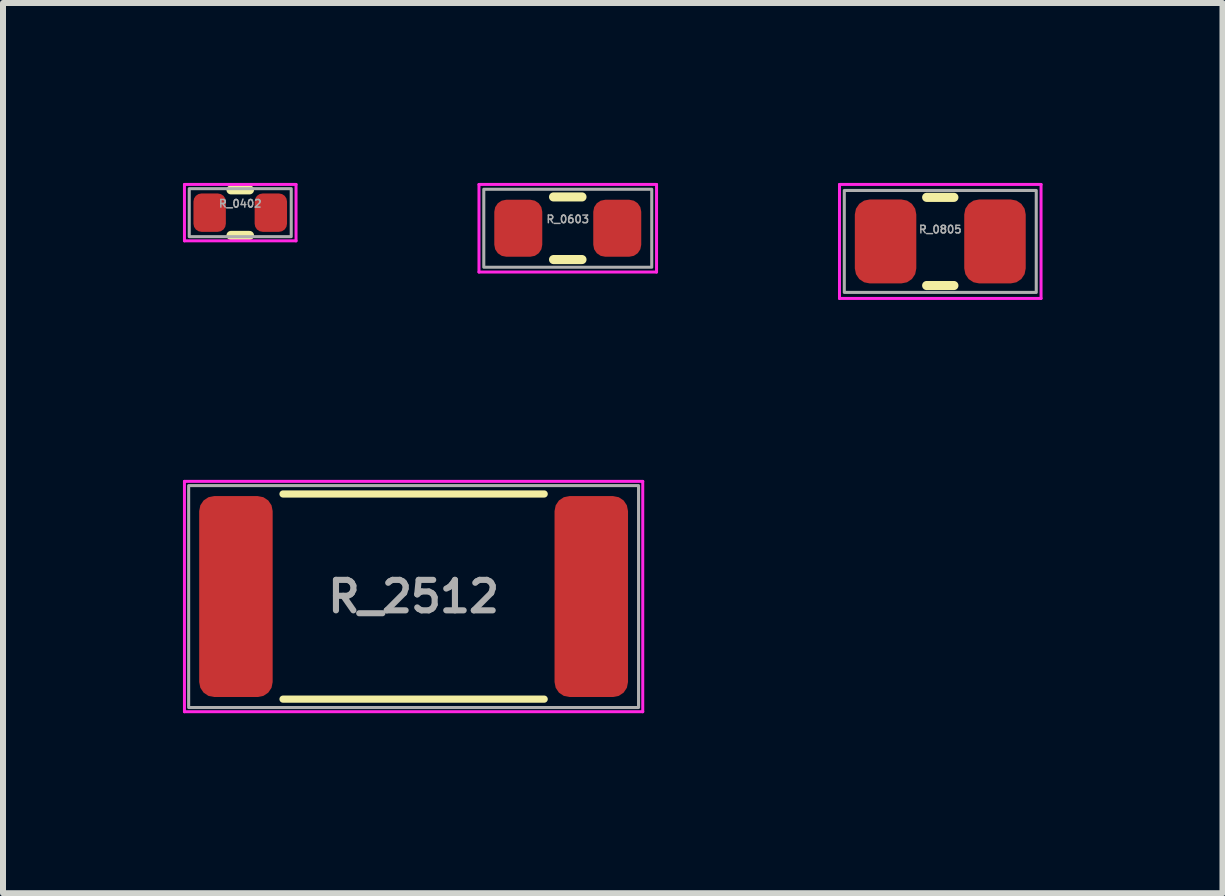
<source format=kicad_pcb>
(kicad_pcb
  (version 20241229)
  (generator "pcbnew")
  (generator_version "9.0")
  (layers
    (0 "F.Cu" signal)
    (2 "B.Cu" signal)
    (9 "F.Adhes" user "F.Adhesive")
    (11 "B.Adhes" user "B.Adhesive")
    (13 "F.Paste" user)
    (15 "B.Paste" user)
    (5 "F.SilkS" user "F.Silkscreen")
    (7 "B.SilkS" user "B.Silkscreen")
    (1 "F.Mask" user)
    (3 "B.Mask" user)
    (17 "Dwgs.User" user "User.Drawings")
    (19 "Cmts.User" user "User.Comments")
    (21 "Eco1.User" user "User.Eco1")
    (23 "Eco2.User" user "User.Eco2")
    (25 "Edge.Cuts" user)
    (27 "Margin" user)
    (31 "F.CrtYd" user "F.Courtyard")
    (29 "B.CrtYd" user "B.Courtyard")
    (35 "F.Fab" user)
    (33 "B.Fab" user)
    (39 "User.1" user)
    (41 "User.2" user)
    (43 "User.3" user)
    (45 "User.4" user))
  (footprint "R_2512"
    (layer "F.Cu")
    (at 3.845 6.895)
    (property "Reference" "R_2512" (at 0 0 0) (layer "F.Fab") (effects (font (size 0.508 0.508) (thickness 0.102))))
    (attr smd)
    (fp_line (start -2.177 -1.71) (end 2.177 -1.71) (stroke (width 0.12) (type solid)) (layer "F.SilkS"))
    (fp_line (start -2.177 1.71) (end 2.177 1.71) (stroke (width 0.12) (type solid)) (layer "F.SilkS"))
    (fp_line (start -3.82 -1.92) (end 3.82 -1.92) (stroke (width 0.05) (type solid)) (layer "F.CrtYd"))
    (fp_line (start -3.82 1.92) (end -3.82 -1.92) (stroke (width 0.05) (type solid)) (layer "F.CrtYd"))
    (fp_line (start 3.82 -1.92) (end 3.82 1.92) (stroke (width 0.05) (type solid)) (layer "F.CrtYd"))
    (fp_line (start 3.82 1.92) (end -3.82 1.92) (stroke (width 0.05) (type solid)) (layer "F.CrtYd"))
    (fp_rect (start -3.75 -1.85) (end 3.75 1.85) (stroke (width 0.051) (type solid)) (fill no) (layer "F.Fab"))
    (pad "1" smd roundrect (at -2.962 0) (size 1.225 3.35) (layers "F.Cu" "F.Mask" "F.Paste") (roundrect_rratio 0.204))
    (pad "2" smd roundrect (at 2.962 0) (size 1.225 3.35) (layers "F.Cu" "F.Mask" "F.Paste") (roundrect_rratio 0.204)))
  (footprint "R_0603"
    (layer "F.Cu")
    (at 6.415 0.755)
    (property "Reference" "R_0603" (at 0 -0.15 0) (layer "F.Fab") (effects (font (size 0.127 0.127) (thickness 0.025))))
    (attr smd)
    (fp_line (start -0.237 -0.522) (end 0.237 -0.522) (stroke (width 0.152) (type solid)) (layer "F.SilkS"))
    (fp_line (start -0.237 0.522) (end 0.237 0.522) (stroke (width 0.152) (type solid)) (layer "F.SilkS"))
    (fp_line (start -1.48 -0.73) (end 1.48 -0.73) (stroke (width 0.05) (type solid)) (layer "F.CrtYd"))
    (fp_line (start -1.48 0.73) (end -1.48 -0.73) (stroke (width 0.05) (type solid)) (layer "F.CrtYd"))
    (fp_line (start 1.48 -0.73) (end 1.48 0.73) (stroke (width 0.05) (type solid)) (layer "F.CrtYd"))
    (fp_line (start 1.48 0.73) (end -1.48 0.73) (stroke (width 0.05) (type solid)) (layer "F.CrtYd"))
    (fp_rect (start -1.4 -0.65) (end 1.4 0.65) (stroke (width 0.051) (type solid)) (fill no) (layer "F.Fab"))
    (pad "1" smd roundrect (at -0.825 0) (size 0.8 0.95) (layers "F.Cu" "F.Mask" "F.Paste") (roundrect_rratio 0.25))
    (pad "2" smd roundrect (at 0.825 0) (size 0.8 0.95) (layers "F.Cu" "F.Mask" "F.Paste") (roundrect_rratio 0.25)))
  (footprint "R_0402"
    (layer "F.Cu")
    (at 0.955 0.495)
    (property "Reference" "R_0402" (at 0 -0.15 0) (layer "F.Fab") (effects (font (size 0.127 0.127) (thickness 0.025))))
    (attr smd)
    (fp_line (start -0.154 -0.38) (end 0.154 -0.38) (stroke (width 0.152) (type solid)) (layer "F.SilkS"))
    (fp_line (start -0.154 0.38) (end 0.154 0.38) (stroke (width 0.152) (type solid)) (layer "F.SilkS"))
    (fp_line (start -0.93 -0.47) (end 0.93 -0.47) (stroke (width 0.05) (type solid)) (layer "F.CrtYd"))
    (fp_line (start -0.93 0.47) (end -0.93 -0.47) (stroke (width 0.05) (type solid)) (layer "F.CrtYd"))
    (fp_line (start 0.93 -0.47) (end 0.93 0.47) (stroke (width 0.05) (type solid)) (layer "F.CrtYd"))
    (fp_line (start 0.93 0.47) (end -0.93 0.47) (stroke (width 0.05) (type solid)) (layer "F.CrtYd"))
    (fp_rect (start -0.85 -0.4) (end 0.85 0.4) (stroke (width 0.051) (type solid)) (fill no) (layer "F.Fab"))
    (pad "1" smd roundrect (at -0.51 0) (size 0.54 0.64) (layers "F.Cu" "F.Mask" "F.Paste") (roundrect_rratio 0.25))
    (pad "2" smd roundrect (at 0.51 0) (size 0.54 0.64) (layers "F.Cu" "F.Mask" "F.Paste") (roundrect_rratio 0.25)))
  (footprint "R_0805"
    (layer "F.Cu")
    (at 12.625 0.975)
    (property "Reference" "R_0805" (at 0 -0.2 0) (layer "F.Fab") (effects (font (size 0.127 0.127) (thickness 0.025))))
    (attr smd)
    (fp_line (start -0.227 -0.735) (end 0.227 -0.735) (stroke (width 0.152) (type solid)) (layer "F.SilkS"))
    (fp_line (start -0.227 0.735) (end 0.227 0.735) (stroke (width 0.152) (type solid)) (layer "F.SilkS"))
    (fp_line (start -1.68 -0.95) (end 1.68 -0.95) (stroke (width 0.05) (type solid)) (layer "F.CrtYd"))
    (fp_line (start -1.68 0.95) (end -1.68 -0.95) (stroke (width 0.05) (type solid)) (layer "F.CrtYd"))
    (fp_line (start 1.68 -0.95) (end 1.68 0.95) (stroke (width 0.05) (type solid)) (layer "F.CrtYd"))
    (fp_line (start 1.68 0.95) (end -1.68 0.95) (stroke (width 0.05) (type solid)) (layer "F.CrtYd"))
    (fp_rect (start -1.6 -0.85) (end 1.6 0.85) (stroke (width 0.051) (type solid)) (fill no) (layer "F.Fab"))
    (pad "1" smd roundrect (at -0.912 0) (size 1.025 1.4) (layers "F.Cu" "F.Mask" "F.Paste") (roundrect_rratio 0.244))
    (pad "2" smd roundrect (at 0.912 0) (size 1.025 1.4) (layers "F.Cu" "F.Mask" "F.Paste") (roundrect_rratio 0.244)))
  (gr_rect
    (start -3 -3)
    (end 17.33 11.84)
    (stroke (width 0.1) (type default))
    (fill no)
    (layer "Edge.Cuts")))
</source>
